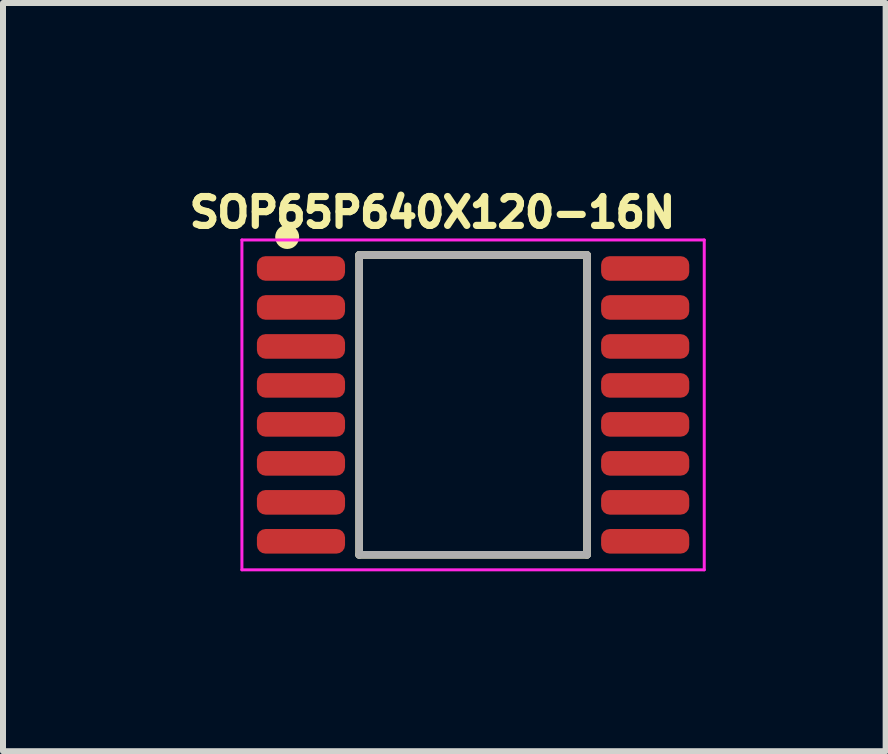
<source format=kicad_pcb>
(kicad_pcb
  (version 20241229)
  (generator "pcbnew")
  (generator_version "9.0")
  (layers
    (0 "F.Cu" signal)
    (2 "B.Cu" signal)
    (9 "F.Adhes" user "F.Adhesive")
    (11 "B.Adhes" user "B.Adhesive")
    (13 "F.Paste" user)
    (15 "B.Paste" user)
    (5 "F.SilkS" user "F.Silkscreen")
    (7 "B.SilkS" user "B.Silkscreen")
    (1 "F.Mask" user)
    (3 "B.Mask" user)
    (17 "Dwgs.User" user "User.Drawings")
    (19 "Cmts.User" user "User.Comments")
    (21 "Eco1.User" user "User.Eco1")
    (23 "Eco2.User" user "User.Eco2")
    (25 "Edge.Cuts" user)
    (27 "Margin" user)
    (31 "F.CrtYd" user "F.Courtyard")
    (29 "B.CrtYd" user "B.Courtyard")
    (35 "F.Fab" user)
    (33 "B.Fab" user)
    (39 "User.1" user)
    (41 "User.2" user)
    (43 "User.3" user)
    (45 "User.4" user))
  (footprint "SOP65P640X120-16N"
    (layer "F.Cu")
    (at 4.839 3.702)
    (property "Reference" "SOP65P640X120-16N" (at -0.677 -3.21 0) (layer "F.SilkS") (effects (font (size 0.481 0.481) (thickness 0.15))))
    (attr smd)
    (fp_line (start -1.9 -2.5) (end 1.9 -2.5) (stroke (width 0.127) (type solid)) (layer "F.SilkS"))
    (fp_line (start -1.9 2.5) (end -1.9 -2.5) (stroke (width 0.127) (type solid)) (layer "F.SilkS"))
    (fp_line (start 1.9 -2.5) (end 1.9 2.5) (stroke (width 0.127) (type solid)) (layer "F.SilkS"))
    (fp_line (start 1.9 2.5) (end -1.9 2.5) (stroke (width 0.127) (type solid)) (layer "F.SilkS"))
    (fp_circle (center -3.1 -2.8) (end -3 -2.8) (stroke (width 0.2) (type solid)) (fill no) (layer "F.SilkS"))
    (fp_line (start -3.855 -2.75) (end 3.855 -2.75) (stroke (width 0.05) (type solid)) (layer "F.CrtYd"))
    (fp_line (start -3.855 2.75) (end -3.855 -2.75) (stroke (width 0.05) (type solid)) (layer "F.CrtYd"))
    (fp_line (start 3.855 -2.75) (end 3.855 2.75) (stroke (width 0.05) (type solid)) (layer "F.CrtYd"))
    (fp_line (start 3.855 2.75) (end -3.855 2.75) (stroke (width 0.05) (type solid)) (layer "F.CrtYd"))
    (fp_line (start -1.9 -2.5) (end 1.9 -2.5) (stroke (width 0.127) (type solid)) (layer "F.Fab"))
    (fp_line (start -1.9 2.5) (end -1.9 -2.5) (stroke (width 0.127) (type solid)) (layer "F.Fab"))
    (fp_line (start 1.9 -2.5) (end 1.9 2.5) (stroke (width 0.127) (type solid)) (layer "F.Fab"))
    (fp_line (start 1.9 2.5) (end -1.9 2.5) (stroke (width 0.127) (type solid)) (layer "F.Fab"))
    (pad "1" smd roundrect (at -2.87 -2.275) (size 1.47 0.41) (layers "F.Cu" "F.Mask" "F.Paste") (roundrect_rratio 0.35))
    (pad "2" smd roundrect (at -2.87 -1.625) (size 1.47 0.41) (layers "F.Cu" "F.Mask" "F.Paste") (roundrect_rratio 0.35))
    (pad "3" smd roundrect (at -2.87 -0.975) (size 1.47 0.41) (layers "F.Cu" "F.Mask" "F.Paste") (roundrect_rratio 0.35))
    (pad "4" smd roundrect (at -2.87 -0.325) (size 1.47 0.41) (layers "F.Cu" "F.Mask" "F.Paste") (roundrect_rratio 0.35))
    (pad "5" smd roundrect (at -2.87 0.325) (size 1.47 0.41) (layers "F.Cu" "F.Mask" "F.Paste") (roundrect_rratio 0.35))
    (pad "6" smd roundrect (at -2.87 0.975) (size 1.47 0.41) (layers "F.Cu" "F.Mask" "F.Paste") (roundrect_rratio 0.35))
    (pad "7" smd roundrect (at -2.87 1.625) (size 1.47 0.41) (layers "F.Cu" "F.Mask" "F.Paste") (roundrect_rratio 0.35))
    (pad "8" smd roundrect (at -2.87 2.275) (size 1.47 0.41) (layers "F.Cu" "F.Mask" "F.Paste") (roundrect_rratio 0.35))
    (pad "9" smd roundrect (at 2.87 2.275 180) (size 1.47 0.41) (layers "F.Cu" "F.Mask" "F.Paste") (roundrect_rratio 0.35))
    (pad "10" smd roundrect (at 2.87 1.625 180) (size 1.47 0.41) (layers "F.Cu" "F.Mask" "F.Paste") (roundrect_rratio 0.35))
    (pad "11" smd roundrect (at 2.87 0.975 180) (size 1.47 0.41) (layers "F.Cu" "F.Mask" "F.Paste") (roundrect_rratio 0.35))
    (pad "12" smd roundrect (at 2.87 0.325 180) (size 1.47 0.41) (layers "F.Cu" "F.Mask" "F.Paste") (roundrect_rratio 0.35))
    (pad "13" smd roundrect (at 2.87 -0.325 180) (size 1.47 0.41) (layers "F.Cu" "F.Mask" "F.Paste") (roundrect_rratio 0.35))
    (pad "14" smd roundrect (at 2.87 -0.975 180) (size 1.47 0.41) (layers "F.Cu" "F.Mask" "F.Paste") (roundrect_rratio 0.35))
    (pad "15" smd roundrect (at 2.87 -1.625 180) (size 1.47 0.41) (layers "F.Cu" "F.Mask" "F.Paste") (roundrect_rratio 0.35))
    (pad "16" smd roundrect (at 2.87 -2.275 180) (size 1.47 0.41) (layers "F.Cu" "F.Mask" "F.Paste") (roundrect_rratio 0.35)))
  (gr_rect
    (start -3 -3)
    (end 11.719 9.477)
    (stroke (width 0.1) (type default))
    (fill no)
    (layer "Edge.Cuts")))
</source>
